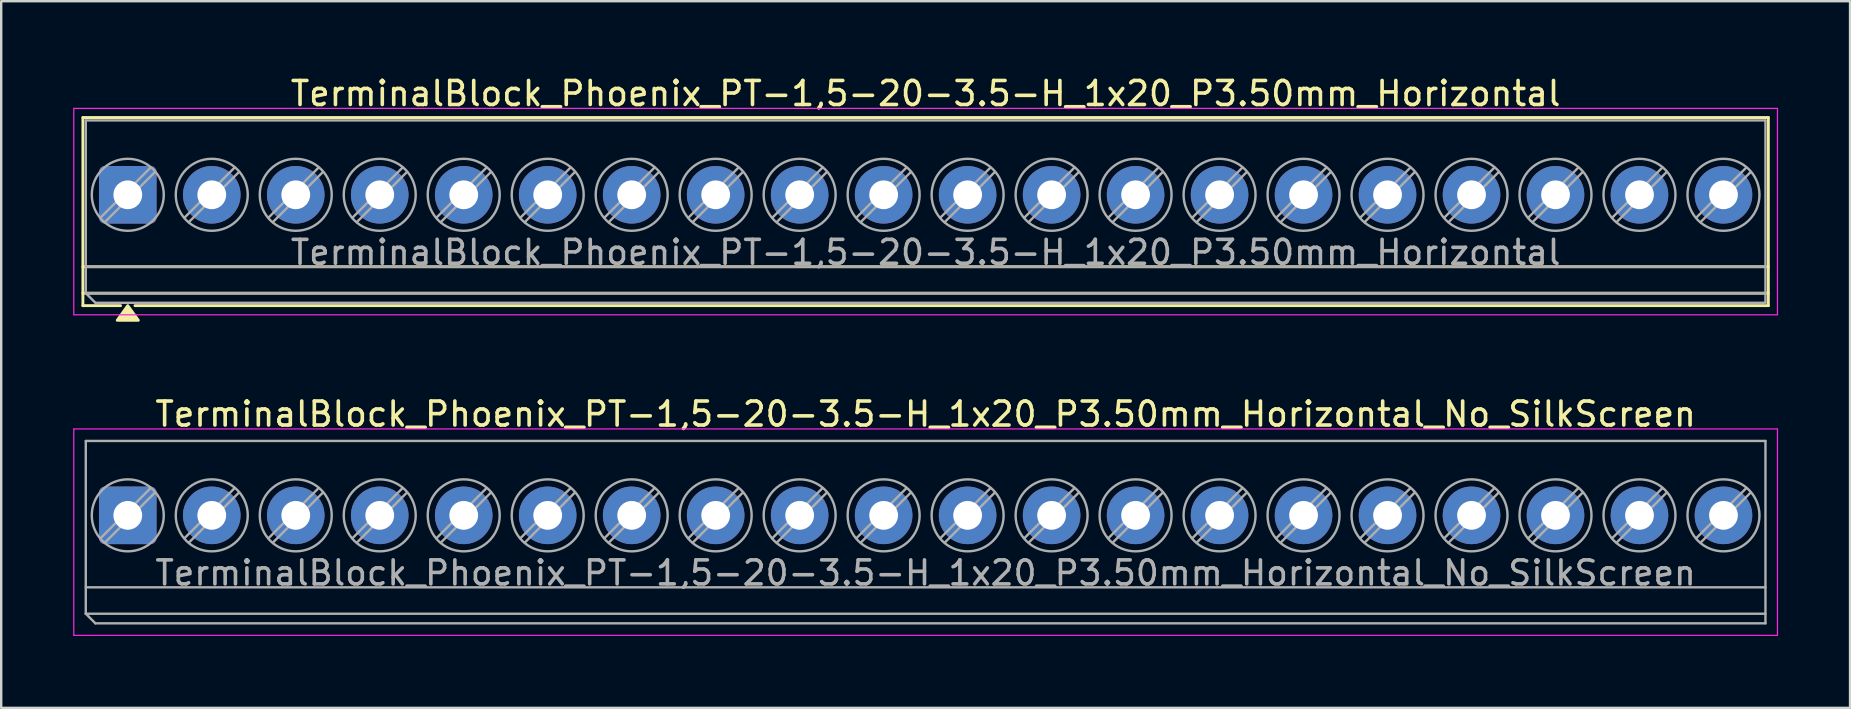
<source format=kicad_pcb>
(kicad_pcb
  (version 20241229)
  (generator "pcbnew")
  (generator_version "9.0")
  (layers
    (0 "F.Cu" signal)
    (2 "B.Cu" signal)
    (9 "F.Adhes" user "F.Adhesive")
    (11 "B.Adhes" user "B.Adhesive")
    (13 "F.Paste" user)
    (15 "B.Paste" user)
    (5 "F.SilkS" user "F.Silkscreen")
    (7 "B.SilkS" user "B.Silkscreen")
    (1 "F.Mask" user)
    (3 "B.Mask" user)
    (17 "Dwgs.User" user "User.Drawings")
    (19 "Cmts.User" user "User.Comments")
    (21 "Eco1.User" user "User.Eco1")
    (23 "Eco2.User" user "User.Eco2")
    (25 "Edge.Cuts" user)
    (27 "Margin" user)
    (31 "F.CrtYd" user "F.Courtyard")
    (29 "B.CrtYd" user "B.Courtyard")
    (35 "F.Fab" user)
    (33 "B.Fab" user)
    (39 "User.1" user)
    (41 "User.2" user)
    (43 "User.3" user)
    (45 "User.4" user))
  (footprint "TerminalBlock_Phoenix_PT-1,5-20-3.5-H_1x20_P3.50mm_Horizontal_No_SilkScreen"
    (layer "F.Cu")
    (at 2.275 18.427)
    (property "Reference" "TerminalBlock_Phoenix_PT-1,5-20-3.5-H_1x20_P3.50mm_Horizontal_No_SilkScreen" (at 33.25 -4.22 0) (layer "F.SilkS") (effects (font (size 1 1) (thickness 0.15))))
    (attr through_hole)
    (fp_line (start -2.25 -3.6) (end -2.25 5) (stroke (width 0.05) (type solid)) (layer "F.CrtYd"))
    (fp_line (start -2.25 5) (end 68.75 5) (stroke (width 0.05) (type solid)) (layer "F.CrtYd"))
    (fp_line (start 68.75 -3.6) (end -2.25 -3.6) (stroke (width 0.05) (type solid)) (layer "F.CrtYd"))
    (fp_line (start 68.75 5) (end 68.75 -3.6) (stroke (width 0.05) (type solid)) (layer "F.CrtYd"))
    (fp_line (start -1.75 -3.1) (end 68.25 -3.1) (stroke (width 0.1) (type solid)) (layer "F.Fab"))
    (fp_line (start -1.75 3) (end 68.25 3) (stroke (width 0.1) (type solid)) (layer "F.Fab"))
    (fp_line (start -1.75 4.1) (end -1.75 -3.1) (stroke (width 0.1) (type solid)) (layer "F.Fab"))
    (fp_line (start -1.75 4.1) (end 68.25 4.1) (stroke (width 0.1) (type solid)) (layer "F.Fab"))
    (fp_line (start -1.35 4.5) (end -1.75 4.1) (stroke (width 0.1) (type solid)) (layer "F.Fab"))
    (fp_line (start 0.955 -1.138) (end -1.138 0.954) (stroke (width 0.1) (type solid)) (layer "F.Fab"))
    (fp_line (start 1.138 -0.954) (end -0.955 1.137) (stroke (width 0.1) (type solid)) (layer "F.Fab"))
    (fp_line (start 4.455 -1.138) (end 2.362 0.954) (stroke (width 0.1) (type solid)) (layer "F.Fab"))
    (fp_line (start 4.638 -0.954) (end 2.545 1.137) (stroke (width 0.1) (type solid)) (layer "F.Fab"))
    (fp_line (start 7.955 -1.138) (end 5.862 0.954) (stroke (width 0.1) (type solid)) (layer "F.Fab"))
    (fp_line (start 8.138 -0.954) (end 6.045 1.137) (stroke (width 0.1) (type solid)) (layer "F.Fab"))
    (fp_line (start 11.455 -1.138) (end 9.362 0.954) (stroke (width 0.1) (type solid)) (layer "F.Fab"))
    (fp_line (start 11.638 -0.954) (end 9.545 1.137) (stroke (width 0.1) (type solid)) (layer "F.Fab"))
    (fp_line (start 14.955 -1.138) (end 12.862 0.954) (stroke (width 0.1) (type solid)) (layer "F.Fab"))
    (fp_line (start 15.138 -0.954) (end 13.045 1.137) (stroke (width 0.1) (type solid)) (layer "F.Fab"))
    (fp_line (start 18.455 -1.138) (end 16.362 0.954) (stroke (width 0.1) (type solid)) (layer "F.Fab"))
    (fp_line (start 18.638 -0.954) (end 16.545 1.137) (stroke (width 0.1) (type solid)) (layer "F.Fab"))
    (fp_line (start 21.955 -1.138) (end 19.862 0.954) (stroke (width 0.1) (type solid)) (layer "F.Fab"))
    (fp_line (start 22.138 -0.954) (end 20.045 1.137) (stroke (width 0.1) (type solid)) (layer "F.Fab"))
    (fp_line (start 25.455 -1.138) (end 23.362 0.954) (stroke (width 0.1) (type solid)) (layer "F.Fab"))
    (fp_line (start 25.638 -0.954) (end 23.545 1.137) (stroke (width 0.1) (type solid)) (layer "F.Fab"))
    (fp_line (start 28.955 -1.138) (end 26.862 0.954) (stroke (width 0.1) (type solid)) (layer "F.Fab"))
    (fp_line (start 29.138 -0.954) (end 27.045 1.137) (stroke (width 0.1) (type solid)) (layer "F.Fab"))
    (fp_line (start 32.455 -1.138) (end 30.362 0.954) (stroke (width 0.1) (type solid)) (layer "F.Fab"))
    (fp_line (start 32.638 -0.954) (end 30.545 1.137) (stroke (width 0.1) (type solid)) (layer "F.Fab"))
    (fp_line (start 35.955 -1.138) (end 33.862 0.954) (stroke (width 0.1) (type solid)) (layer "F.Fab"))
    (fp_line (start 36.138 -0.954) (end 34.045 1.137) (stroke (width 0.1) (type solid)) (layer "F.Fab"))
    (fp_line (start 39.455 -1.138) (end 37.362 0.954) (stroke (width 0.1) (type solid)) (layer "F.Fab"))
    (fp_line (start 39.638 -0.954) (end 37.545 1.137) (stroke (width 0.1) (type solid)) (layer "F.Fab"))
    (fp_line (start 42.955 -1.138) (end 40.862 0.954) (stroke (width 0.1) (type solid)) (layer "F.Fab"))
    (fp_line (start 43.138 -0.954) (end 41.045 1.137) (stroke (width 0.1) (type solid)) (layer "F.Fab"))
    (fp_line (start 46.455 -1.138) (end 44.362 0.954) (stroke (width 0.1) (type solid)) (layer "F.Fab"))
    (fp_line (start 46.638 -0.954) (end 44.545 1.137) (stroke (width 0.1) (type solid)) (layer "F.Fab"))
    (fp_line (start 49.955 -1.138) (end 47.862 0.954) (stroke (width 0.1) (type solid)) (layer "F.Fab"))
    (fp_line (start 50.138 -0.954) (end 48.045 1.137) (stroke (width 0.1) (type solid)) (layer "F.Fab"))
    (fp_line (start 53.455 -1.138) (end 51.362 0.954) (stroke (width 0.1) (type solid)) (layer "F.Fab"))
    (fp_line (start 53.638 -0.954) (end 51.545 1.137) (stroke (width 0.1) (type solid)) (layer "F.Fab"))
    (fp_line (start 56.955 -1.138) (end 54.862 0.954) (stroke (width 0.1) (type solid)) (layer "F.Fab"))
    (fp_line (start 57.138 -0.954) (end 55.045 1.137) (stroke (width 0.1) (type solid)) (layer "F.Fab"))
    (fp_line (start 60.455 -1.138) (end 58.362 0.954) (stroke (width 0.1) (type solid)) (layer "F.Fab"))
    (fp_line (start 60.638 -0.954) (end 58.545 1.137) (stroke (width 0.1) (type solid)) (layer "F.Fab"))
    (fp_line (start 63.955 -1.138) (end 61.862 0.954) (stroke (width 0.1) (type solid)) (layer "F.Fab"))
    (fp_line (start 64.138 -0.954) (end 62.045 1.137) (stroke (width 0.1) (type solid)) (layer "F.Fab"))
    (fp_line (start 67.455 -1.138) (end 65.362 0.954) (stroke (width 0.1) (type solid)) (layer "F.Fab"))
    (fp_line (start 67.638 -0.954) (end 65.545 1.137) (stroke (width 0.1) (type solid)) (layer "F.Fab"))
    (fp_line (start 68.25 -3.1) (end 68.25 4.5) (stroke (width 0.1) (type solid)) (layer "F.Fab"))
    (fp_line (start 68.25 4.5) (end -1.35 4.5) (stroke (width 0.1) (type solid)) (layer "F.Fab"))
    (fp_circle (center 0 0) (end 1.5 0) (stroke (width 0.1) (type solid)) (fill no) (layer "F.Fab"))
    (fp_circle (center 3.5 0) (end 5 0) (stroke (width 0.1) (type solid)) (fill no) (layer "F.Fab"))
    (fp_circle (center 7 0) (end 8.5 0) (stroke (width 0.1) (type solid)) (fill no) (layer "F.Fab"))
    (fp_circle (center 10.5 0) (end 12 0) (stroke (width 0.1) (type solid)) (fill no) (layer "F.Fab"))
    (fp_circle (center 14 0) (end 15.5 0) (stroke (width 0.1) (type solid)) (fill no) (layer "F.Fab"))
    (fp_circle (center 17.5 0) (end 19 0) (stroke (width 0.1) (type solid)) (fill no) (layer "F.Fab"))
    (fp_circle (center 21 0) (end 22.5 0) (stroke (width 0.1) (type solid)) (fill no) (layer "F.Fab"))
    (fp_circle (center 24.5 0) (end 26 0) (stroke (width 0.1) (type solid)) (fill no) (layer "F.Fab"))
    (fp_circle (center 28 0) (end 29.5 0) (stroke (width 0.1) (type solid)) (fill no) (layer "F.Fab"))
    (fp_circle (center 31.5 0) (end 33 0) (stroke (width 0.1) (type solid)) (fill no) (layer "F.Fab"))
    (fp_circle (center 35 0) (end 36.5 0) (stroke (width 0.1) (type solid)) (fill no) (layer "F.Fab"))
    (fp_circle (center 38.5 0) (end 40 0) (stroke (width 0.1) (type solid)) (fill no) (layer "F.Fab"))
    (fp_circle (center 42 0) (end 43.5 0) (stroke (width 0.1) (type solid)) (fill no) (layer "F.Fab"))
    (fp_circle (center 45.5 0) (end 47 0) (stroke (width 0.1) (type solid)) (fill no) (layer "F.Fab"))
    (fp_circle (center 49 0) (end 50.5 0) (stroke (width 0.1) (type solid)) (fill no) (layer "F.Fab"))
    (fp_circle (center 52.5 0) (end 54 0) (stroke (width 0.1) (type solid)) (fill no) (layer "F.Fab"))
    (fp_circle (center 56 0) (end 57.5 0) (stroke (width 0.1) (type solid)) (fill no) (layer "F.Fab"))
    (fp_circle (center 59.5 0) (end 61 0) (stroke (width 0.1) (type solid)) (fill no) (layer "F.Fab"))
    (fp_circle (center 63 0) (end 64.5 0) (stroke (width 0.1) (type solid)) (fill no) (layer "F.Fab"))
    (fp_circle (center 66.5 0) (end 68 0) (stroke (width 0.1) (type solid)) (fill no) (layer "F.Fab"))
    (fp_text user "${REFERENCE}" (at 33.25 2.4 0) (layer "F.Fab") (effects (font (size 1 1) (thickness 0.15))))
    (pad "1" thru_hole roundrect (at 0 0) (size 2.4 2.4) (drill 1.2) (layers "*.Cu" "*.Mask") (roundrect_rratio 0.104))
    (pad "2" thru_hole circle (at 3.5 0) (size 2.4 2.4) (drill 1.2) (layers "*.Cu" "*.Mask"))
    (pad "3" thru_hole circle (at 7 0) (size 2.4 2.4) (drill 1.2) (layers "*.Cu" "*.Mask"))
    (pad "4" thru_hole circle (at 10.5 0) (size 2.4 2.4) (drill 1.2) (layers "*.Cu" "*.Mask"))
    (pad "5" thru_hole circle (at 14 0) (size 2.4 2.4) (drill 1.2) (layers "*.Cu" "*.Mask"))
    (pad "6" thru_hole circle (at 17.5 0) (size 2.4 2.4) (drill 1.2) (layers "*.Cu" "*.Mask"))
    (pad "7" thru_hole circle (at 21 0) (size 2.4 2.4) (drill 1.2) (layers "*.Cu" "*.Mask"))
    (pad "8" thru_hole circle (at 24.5 0) (size 2.4 2.4) (drill 1.2) (layers "*.Cu" "*.Mask"))
    (pad "9" thru_hole circle (at 28 0) (size 2.4 2.4) (drill 1.2) (layers "*.Cu" "*.Mask"))
    (pad "10" thru_hole circle (at 31.5 0) (size 2.4 2.4) (drill 1.2) (layers "*.Cu" "*.Mask"))
    (pad "11" thru_hole circle (at 35 0) (size 2.4 2.4) (drill 1.2) (layers "*.Cu" "*.Mask"))
    (pad "12" thru_hole circle (at 38.5 0) (size 2.4 2.4) (drill 1.2) (layers "*.Cu" "*.Mask"))
    (pad "13" thru_hole circle (at 42 0) (size 2.4 2.4) (drill 1.2) (layers "*.Cu" "*.Mask"))
    (pad "14" thru_hole circle (at 45.5 0) (size 2.4 2.4) (drill 1.2) (layers "*.Cu" "*.Mask"))
    (pad "15" thru_hole circle (at 49 0) (size 2.4 2.4) (drill 1.2) (layers "*.Cu" "*.Mask"))
    (pad "16" thru_hole circle (at 52.5 0) (size 2.4 2.4) (drill 1.2) (layers "*.Cu" "*.Mask"))
    (pad "17" thru_hole circle (at 56 0) (size 2.4 2.4) (drill 1.2) (layers "*.Cu" "*.Mask"))
    (pad "18" thru_hole circle (at 59.5 0) (size 2.4 2.4) (drill 1.2) (layers "*.Cu" "*.Mask"))
    (pad "19" thru_hole circle (at 63 0) (size 2.4 2.4) (drill 1.2) (layers "*.Cu" "*.Mask"))
    (pad "20" thru_hole circle (at 66.5 0) (size 2.4 2.4) (drill 1.2) (layers "*.Cu" "*.Mask")))
  (footprint "TerminalBlock_Phoenix_PT-1,5-20-3.5-H_1x20_P3.50mm_Horizontal"
    (layer "F.Cu")
    (at 2.275 5.068)
    (property "Reference" "TerminalBlock_Phoenix_PT-1,5-20-3.5-H_1x20_P3.50mm_Horizontal" (at 33.25 -4.22 0) (layer "F.SilkS") (effects (font (size 1 1) (thickness 0.15))))
    (attr through_hole)
    (fp_line (start -1.87 -3.22) (end -1.87 4.62) (stroke (width 0.12) (type solid)) (layer "F.SilkS"))
    (fp_line (start -1.87 -3.22) (end 68.37 -3.22) (stroke (width 0.12) (type solid)) (layer "F.SilkS"))
    (fp_line (start -1.87 3) (end 68.37 3) (stroke (width 0.12) (type solid)) (layer "F.SilkS"))
    (fp_line (start -1.87 4.1) (end 68.37 4.1) (stroke (width 0.12) (type solid)) (layer "F.SilkS"))
    (fp_line (start -1.87 4.62) (end -0.3 4.62) (stroke (width 0.12) (type solid)) (layer "F.SilkS"))
    (fp_line (start 0.3 4.62) (end 68.37 4.62) (stroke (width 0.12) (type solid)) (layer "F.SilkS"))
    (fp_line (start 68.37 -3.22) (end 68.37 4.62) (stroke (width 0.12) (type solid)) (layer "F.SilkS"))
    (fp_poly (pts (xy 0 4.62) (xy 0.44 5.23) (xy -0.44 5.23)) (stroke (width 0.12) (type solid)) (fill yes) (layer "F.SilkS"))
    (fp_line (start -2.25 -3.6) (end -2.25 5) (stroke (width 0.05) (type solid)) (layer "F.CrtYd"))
    (fp_line (start -2.25 5) (end 68.75 5) (stroke (width 0.05) (type solid)) (layer "F.CrtYd"))
    (fp_line (start 68.75 -3.6) (end -2.25 -3.6) (stroke (width 0.05) (type solid)) (layer "F.CrtYd"))
    (fp_line (start 68.75 5) (end 68.75 -3.6) (stroke (width 0.05) (type solid)) (layer "F.CrtYd"))
    (fp_line (start -1.75 -3.1) (end 68.25 -3.1) (stroke (width 0.1) (type solid)) (layer "F.Fab"))
    (fp_line (start -1.75 3) (end 68.25 3) (stroke (width 0.1) (type solid)) (layer "F.Fab"))
    (fp_line (start -1.75 4.1) (end -1.75 -3.1) (stroke (width 0.1) (type solid)) (layer "F.Fab"))
    (fp_line (start -1.75 4.1) (end 68.25 4.1) (stroke (width 0.1) (type solid)) (layer "F.Fab"))
    (fp_line (start -1.35 4.5) (end -1.75 4.1) (stroke (width 0.1) (type solid)) (layer "F.Fab"))
    (fp_line (start 0.955 -1.138) (end -1.138 0.954) (stroke (width 0.1) (type solid)) (layer "F.Fab"))
    (fp_line (start 1.138 -0.954) (end -0.955 1.137) (stroke (width 0.1) (type solid)) (layer "F.Fab"))
    (fp_line (start 4.455 -1.138) (end 2.362 0.954) (stroke (width 0.1) (type solid)) (layer "F.Fab"))
    (fp_line (start 4.638 -0.954) (end 2.545 1.137) (stroke (width 0.1) (type solid)) (layer "F.Fab"))
    (fp_line (start 7.955 -1.138) (end 5.862 0.954) (stroke (width 0.1) (type solid)) (layer "F.Fab"))
    (fp_line (start 8.138 -0.954) (end 6.045 1.137) (stroke (width 0.1) (type solid)) (layer "F.Fab"))
    (fp_line (start 11.455 -1.138) (end 9.362 0.954) (stroke (width 0.1) (type solid)) (layer "F.Fab"))
    (fp_line (start 11.638 -0.954) (end 9.545 1.137) (stroke (width 0.1) (type solid)) (layer "F.Fab"))
    (fp_line (start 14.955 -1.138) (end 12.862 0.954) (stroke (width 0.1) (type solid)) (layer "F.Fab"))
    (fp_line (start 15.138 -0.954) (end 13.045 1.137) (stroke (width 0.1) (type solid)) (layer "F.Fab"))
    (fp_line (start 18.455 -1.138) (end 16.362 0.954) (stroke (width 0.1) (type solid)) (layer "F.Fab"))
    (fp_line (start 18.638 -0.954) (end 16.545 1.137) (stroke (width 0.1) (type solid)) (layer "F.Fab"))
    (fp_line (start 21.955 -1.138) (end 19.862 0.954) (stroke (width 0.1) (type solid)) (layer "F.Fab"))
    (fp_line (start 22.138 -0.954) (end 20.045 1.137) (stroke (width 0.1) (type solid)) (layer "F.Fab"))
    (fp_line (start 25.455 -1.138) (end 23.362 0.954) (stroke (width 0.1) (type solid)) (layer "F.Fab"))
    (fp_line (start 25.638 -0.954) (end 23.545 1.137) (stroke (width 0.1) (type solid)) (layer "F.Fab"))
    (fp_line (start 28.955 -1.138) (end 26.862 0.954) (stroke (width 0.1) (type solid)) (layer "F.Fab"))
    (fp_line (start 29.138 -0.954) (end 27.045 1.137) (stroke (width 0.1) (type solid)) (layer "F.Fab"))
    (fp_line (start 32.455 -1.138) (end 30.362 0.954) (stroke (width 0.1) (type solid)) (layer "F.Fab"))
    (fp_line (start 32.638 -0.954) (end 30.545 1.137) (stroke (width 0.1) (type solid)) (layer "F.Fab"))
    (fp_line (start 35.955 -1.138) (end 33.862 0.954) (stroke (width 0.1) (type solid)) (layer "F.Fab"))
    (fp_line (start 36.138 -0.954) (end 34.045 1.137) (stroke (width 0.1) (type solid)) (layer "F.Fab"))
    (fp_line (start 39.455 -1.138) (end 37.362 0.954) (stroke (width 0.1) (type solid)) (layer "F.Fab"))
    (fp_line (start 39.638 -0.954) (end 37.545 1.137) (stroke (width 0.1) (type solid)) (layer "F.Fab"))
    (fp_line (start 42.955 -1.138) (end 40.862 0.954) (stroke (width 0.1) (type solid)) (layer "F.Fab"))
    (fp_line (start 43.138 -0.954) (end 41.045 1.137) (stroke (width 0.1) (type solid)) (layer "F.Fab"))
    (fp_line (start 46.455 -1.138) (end 44.362 0.954) (stroke (width 0.1) (type solid)) (layer "F.Fab"))
    (fp_line (start 46.638 -0.954) (end 44.545 1.137) (stroke (width 0.1) (type solid)) (layer "F.Fab"))
    (fp_line (start 49.955 -1.138) (end 47.862 0.954) (stroke (width 0.1) (type solid)) (layer "F.Fab"))
    (fp_line (start 50.138 -0.954) (end 48.045 1.137) (stroke (width 0.1) (type solid)) (layer "F.Fab"))
    (fp_line (start 53.455 -1.138) (end 51.362 0.954) (stroke (width 0.1) (type solid)) (layer "F.Fab"))
    (fp_line (start 53.638 -0.954) (end 51.545 1.137) (stroke (width 0.1) (type solid)) (layer "F.Fab"))
    (fp_line (start 56.955 -1.138) (end 54.862 0.954) (stroke (width 0.1) (type solid)) (layer "F.Fab"))
    (fp_line (start 57.138 -0.954) (end 55.045 1.137) (stroke (width 0.1) (type solid)) (layer "F.Fab"))
    (fp_line (start 60.455 -1.138) (end 58.362 0.954) (stroke (width 0.1) (type solid)) (layer "F.Fab"))
    (fp_line (start 60.638 -0.954) (end 58.545 1.137) (stroke (width 0.1) (type solid)) (layer "F.Fab"))
    (fp_line (start 63.955 -1.138) (end 61.862 0.954) (stroke (width 0.1) (type solid)) (layer "F.Fab"))
    (fp_line (start 64.138 -0.954) (end 62.045 1.137) (stroke (width 0.1) (type solid)) (layer "F.Fab"))
    (fp_line (start 67.455 -1.138) (end 65.362 0.954) (stroke (width 0.1) (type solid)) (layer "F.Fab"))
    (fp_line (start 67.638 -0.954) (end 65.545 1.137) (stroke (width 0.1) (type solid)) (layer "F.Fab"))
    (fp_line (start 68.25 -3.1) (end 68.25 4.5) (stroke (width 0.1) (type solid)) (layer "F.Fab"))
    (fp_line (start 68.25 4.5) (end -1.35 4.5) (stroke (width 0.1) (type solid)) (layer "F.Fab"))
    (fp_circle (center 0 0) (end 1.5 0) (stroke (width 0.1) (type solid)) (fill no) (layer "F.Fab"))
    (fp_circle (center 3.5 0) (end 5 0) (stroke (width 0.1) (type solid)) (fill no) (layer "F.Fab"))
    (fp_circle (center 7 0) (end 8.5 0) (stroke (width 0.1) (type solid)) (fill no) (layer "F.Fab"))
    (fp_circle (center 10.5 0) (end 12 0) (stroke (width 0.1) (type solid)) (fill no) (layer "F.Fab"))
    (fp_circle (center 14 0) (end 15.5 0) (stroke (width 0.1) (type solid)) (fill no) (layer "F.Fab"))
    (fp_circle (center 17.5 0) (end 19 0) (stroke (width 0.1) (type solid)) (fill no) (layer "F.Fab"))
    (fp_circle (center 21 0) (end 22.5 0) (stroke (width 0.1) (type solid)) (fill no) (layer "F.Fab"))
    (fp_circle (center 24.5 0) (end 26 0) (stroke (width 0.1) (type solid)) (fill no) (layer "F.Fab"))
    (fp_circle (center 28 0) (end 29.5 0) (stroke (width 0.1) (type solid)) (fill no) (layer "F.Fab"))
    (fp_circle (center 31.5 0) (end 33 0) (stroke (width 0.1) (type solid)) (fill no) (layer "F.Fab"))
    (fp_circle (center 35 0) (end 36.5 0) (stroke (width 0.1) (type solid)) (fill no) (layer "F.Fab"))
    (fp_circle (center 38.5 0) (end 40 0) (stroke (width 0.1) (type solid)) (fill no) (layer "F.Fab"))
    (fp_circle (center 42 0) (end 43.5 0) (stroke (width 0.1) (type solid)) (fill no) (layer "F.Fab"))
    (fp_circle (center 45.5 0) (end 47 0) (stroke (width 0.1) (type solid)) (fill no) (layer "F.Fab"))
    (fp_circle (center 49 0) (end 50.5 0) (stroke (width 0.1) (type solid)) (fill no) (layer "F.Fab"))
    (fp_circle (center 52.5 0) (end 54 0) (stroke (width 0.1) (type solid)) (fill no) (layer "F.Fab"))
    (fp_circle (center 56 0) (end 57.5 0) (stroke (width 0.1) (type solid)) (fill no) (layer "F.Fab"))
    (fp_circle (center 59.5 0) (end 61 0) (stroke (width 0.1) (type solid)) (fill no) (layer "F.Fab"))
    (fp_circle (center 63 0) (end 64.5 0) (stroke (width 0.1) (type solid)) (fill no) (layer "F.Fab"))
    (fp_circle (center 66.5 0) (end 68 0) (stroke (width 0.1) (type solid)) (fill no) (layer "F.Fab"))
    (fp_text user "${REFERENCE}" (at 33.25 2.4 0) (layer "F.Fab") (effects (font (size 1 1) (thickness 0.15))))
    (pad "1" thru_hole roundrect (at 0 0) (size 2.4 2.4) (drill 1.2) (layers "*.Cu" "*.Mask") (roundrect_rratio 0.104))
    (pad "2" thru_hole circle (at 3.5 0) (size 2.4 2.4) (drill 1.2) (layers "*.Cu" "*.Mask"))
    (pad "3" thru_hole circle (at 7 0) (size 2.4 2.4) (drill 1.2) (layers "*.Cu" "*.Mask"))
    (pad "4" thru_hole circle (at 10.5 0) (size 2.4 2.4) (drill 1.2) (layers "*.Cu" "*.Mask"))
    (pad "5" thru_hole circle (at 14 0) (size 2.4 2.4) (drill 1.2) (layers "*.Cu" "*.Mask"))
    (pad "6" thru_hole circle (at 17.5 0) (size 2.4 2.4) (drill 1.2) (layers "*.Cu" "*.Mask"))
    (pad "7" thru_hole circle (at 21 0) (size 2.4 2.4) (drill 1.2) (layers "*.Cu" "*.Mask"))
    (pad "8" thru_hole circle (at 24.5 0) (size 2.4 2.4) (drill 1.2) (layers "*.Cu" "*.Mask"))
    (pad "9" thru_hole circle (at 28 0) (size 2.4 2.4) (drill 1.2) (layers "*.Cu" "*.Mask"))
    (pad "10" thru_hole circle (at 31.5 0) (size 2.4 2.4) (drill 1.2) (layers "*.Cu" "*.Mask"))
    (pad "11" thru_hole circle (at 35 0) (size 2.4 2.4) (drill 1.2) (layers "*.Cu" "*.Mask"))
    (pad "12" thru_hole circle (at 38.5 0) (size 2.4 2.4) (drill 1.2) (layers "*.Cu" "*.Mask"))
    (pad "13" thru_hole circle (at 42 0) (size 2.4 2.4) (drill 1.2) (layers "*.Cu" "*.Mask"))
    (pad "14" thru_hole circle (at 45.5 0) (size 2.4 2.4) (drill 1.2) (layers "*.Cu" "*.Mask"))
    (pad "15" thru_hole circle (at 49 0) (size 2.4 2.4) (drill 1.2) (layers "*.Cu" "*.Mask"))
    (pad "16" thru_hole circle (at 52.5 0) (size 2.4 2.4) (drill 1.2) (layers "*.Cu" "*.Mask"))
    (pad "17" thru_hole circle (at 56 0) (size 2.4 2.4) (drill 1.2) (layers "*.Cu" "*.Mask"))
    (pad "18" thru_hole circle (at 59.5 0) (size 2.4 2.4) (drill 1.2) (layers "*.Cu" "*.Mask"))
    (pad "19" thru_hole circle (at 63 0) (size 2.4 2.4) (drill 1.2) (layers "*.Cu" "*.Mask"))
    (pad "20" thru_hole circle (at 66.5 0) (size 2.4 2.4) (drill 1.2) (layers "*.Cu" "*.Mask")))
  (gr_rect
    (start -3 -3)
    (end 74.05 26.451)
    (stroke (width 0.1) (type default))
    (fill no)
    (layer "Edge.Cuts")))
</source>
